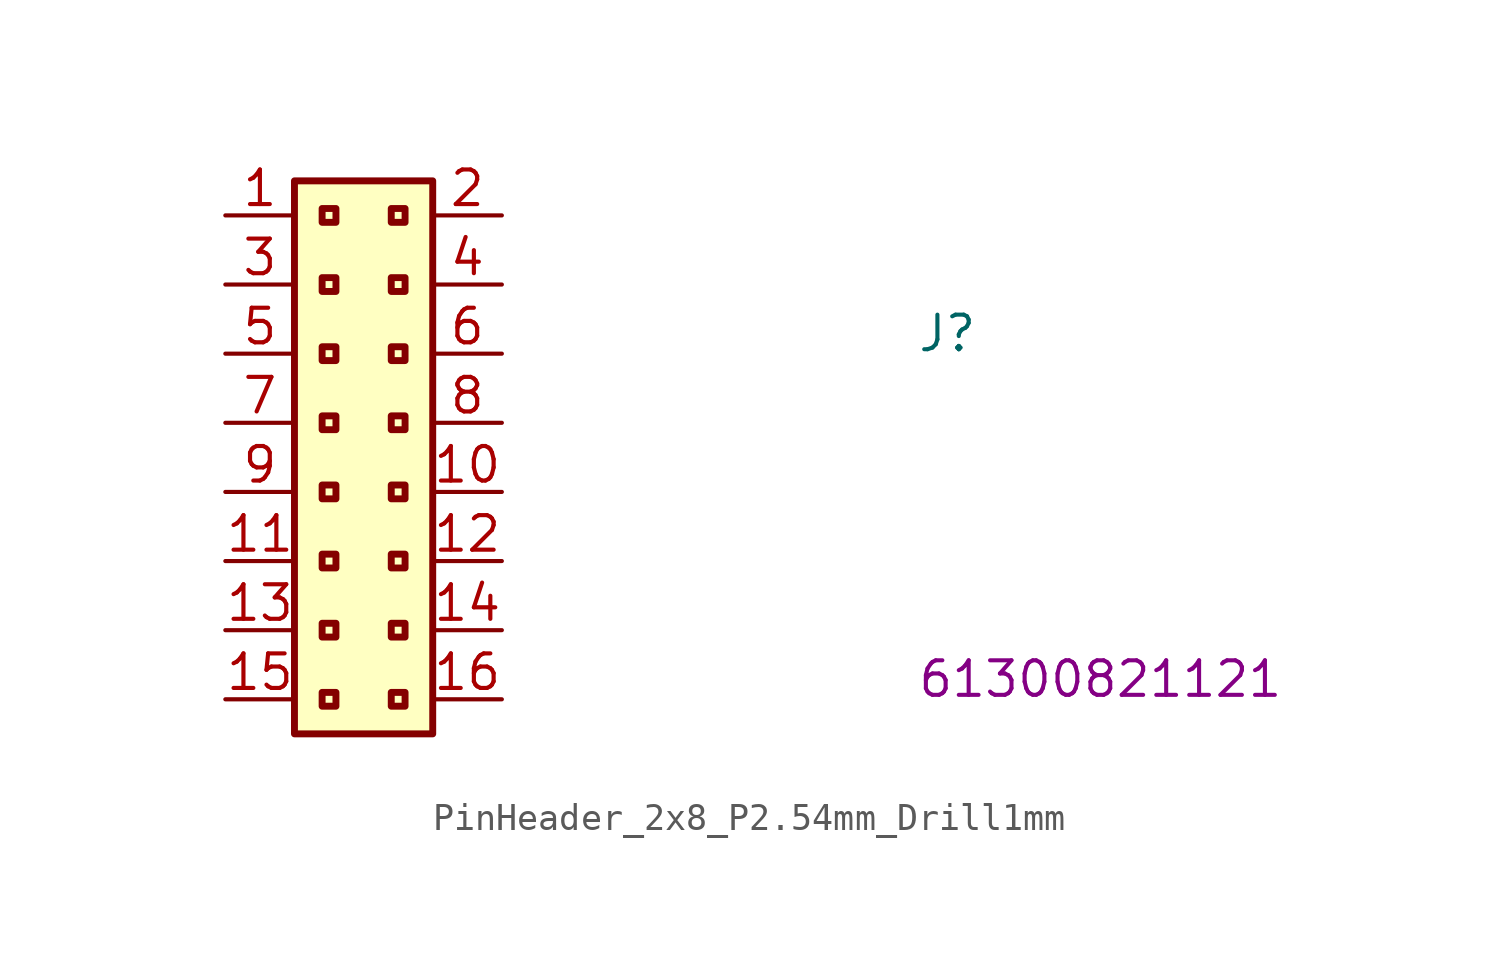
<source format=kicad_sym>
(kicad_symbol_lib
  (version 20220914)
  (generator kicad_symbol_editor)
  (symbol "PinHeader_2x8_P2.54mm_Drill1mm"
    (property "Reference" "J"
      (at 25.4 -5.08 0)
      (effects (font (size 1.27 1.27) (thickness 0.15)) (justify left bottom)))
    (property "MPN" "61300821121"
      (at 25.4 -17.78 0)
      (effects (font (size 1.27 1.27) (thickness 0.15)) (justify left bottom)))
    (symbol "PinHeader_2x8_P2.54mm_Drill1mm_1_1"
      (rectangle (start 2.54 1.27) (end 7.62 -19.05) (stroke (width 0.254) (type default)) (fill (type background)))
      (rectangle (start 3.556 -17.526) (end 4.064 -18.034) (stroke (width 0.254) (type default)) (fill (type background)))
      (rectangle (start 3.556 -14.986) (end 4.064 -15.494) (stroke (width 0.254) (type default)) (fill (type background)))
      (rectangle (start 3.556 -12.446) (end 4.064 -12.954) (stroke (width 0.254) (type default)) (fill (type background)))
      (rectangle (start 3.556 -9.906) (end 4.064 -10.414) (stroke (width 0.254) (type default)) (fill (type background)))
      (rectangle (start 3.556 -7.366) (end 4.064 -7.874) (stroke (width 0.254) (type default)) (fill (type background)))
      (rectangle (start 3.556 -4.826) (end 4.064 -5.334) (stroke (width 0.254) (type default)) (fill (type background)))
      (rectangle (start 3.556 -2.286) (end 4.064 -2.794) (stroke (width 0.254) (type default)) (fill (type background)))
      (rectangle (start 3.556 0.254) (end 4.064 -0.254) (stroke (width 0.254) (type default)) (fill (type background)))
      (rectangle (start 6.096 -17.526) (end 6.604 -18.034) (stroke (width 0.254) (type default)) (fill (type background)))
      (rectangle (start 6.096 -14.986) (end 6.604 -15.494) (stroke (width 0.254) (type default)) (fill (type background)))
      (rectangle (start 6.096 -12.446) (end 6.604 -12.954) (stroke (width 0.254) (type default)) (fill (type background)))
      (rectangle (start 6.096 -9.906) (end 6.604 -10.414) (stroke (width 0.254) (type default)) (fill (type background)))
      (rectangle (start 6.096 -7.366) (end 6.604 -7.874) (stroke (width 0.254) (type default)) (fill (type background)))
      (rectangle (start 6.096 -4.826) (end 6.604 -5.334) (stroke (width 0.254) (type default)) (fill (type background)))
      (rectangle (start 6.096 -2.286) (end 6.604 -2.794) (stroke (width 0.254) (type default)) (fill (type background)))
      (rectangle (start 6.096 0.254) (end 6.604 -0.254) (stroke (width 0.254) (type default)) (fill (type background)))
      (pin passive line (at 0 0 0) (length 2.54) (name "~" (effects (font (size 1.27 1.27)))) (number "1" (effects (font (size 1.27 1.27)))))
      (pin passive line (at 10.16 -10.16 180) (length 2.54) (name "~" (effects (font (size 1.27 1.27)))) (number "10" (effects (font (size 1.27 1.27)))))
      (pin passive line (at 0 -12.7 0) (length 2.54) (name "~" (effects (font (size 1.27 1.27)))) (number "11" (effects (font (size 1.27 1.27)))))
      (pin passive line (at 10.16 -12.7 180) (length 2.54) (name "~" (effects (font (size 1.27 1.27)))) (number "12" (effects (font (size 1.27 1.27)))))
      (pin passive line (at 0 -15.24 0) (length 2.54) (name "~" (effects (font (size 1.27 1.27)))) (number "13" (effects (font (size 1.27 1.27)))))
      (pin passive line (at 10.16 -15.24 180) (length 2.54) (name "~" (effects (font (size 1.27 1.27)))) (number "14" (effects (font (size 1.27 1.27)))))
      (pin passive line (at 0 -17.78 0) (length 2.54) (name "~" (effects (font (size 1.27 1.27)))) (number "15" (effects (font (size 1.27 1.27)))))
      (pin passive line (at 10.16 -17.78 180) (length 2.54) (name "~" (effects (font (size 1.27 1.27)))) (number "16" (effects (font (size 1.27 1.27)))))
      (pin passive line (at 10.16 0 180) (length 2.54) (name "~" (effects (font (size 1.27 1.27)))) (number "2" (effects (font (size 1.27 1.27)))))
      (pin passive line (at 0 -2.54 0) (length 2.54) (name "~" (effects (font (size 1.27 1.27)))) (number "3" (effects (font (size 1.27 1.27)))))
      (pin passive line (at 10.16 -2.54 180) (length 2.54) (name "~" (effects (font (size 1.27 1.27)))) (number "4" (effects (font (size 1.27 1.27)))))
      (pin passive line (at 0 -5.08 0) (length 2.54) (name "~" (effects (font (size 1.27 1.27)))) (number "5" (effects (font (size 1.27 1.27)))))
      (pin passive line (at 10.16 -5.08 180) (length 2.54) (name "~" (effects (font (size 1.27 1.27)))) (number "6" (effects (font (size 1.27 1.27)))))
      (pin passive line (at 0 -7.62 0) (length 2.54) (name "~" (effects (font (size 1.27 1.27)))) (number "7" (effects (font (size 1.27 1.27)))))
      (pin passive line (at 10.16 -7.62 180) (length 2.54) (name "~" (effects (font (size 1.27 1.27)))) (number "8" (effects (font (size 1.27 1.27)))))
      (pin passive line (at 0 -10.16 0) (length 2.54) (name "~" (effects (font (size 1.27 1.27)))) (number "9" (effects (font (size 1.27 1.27))))))))
</source>
